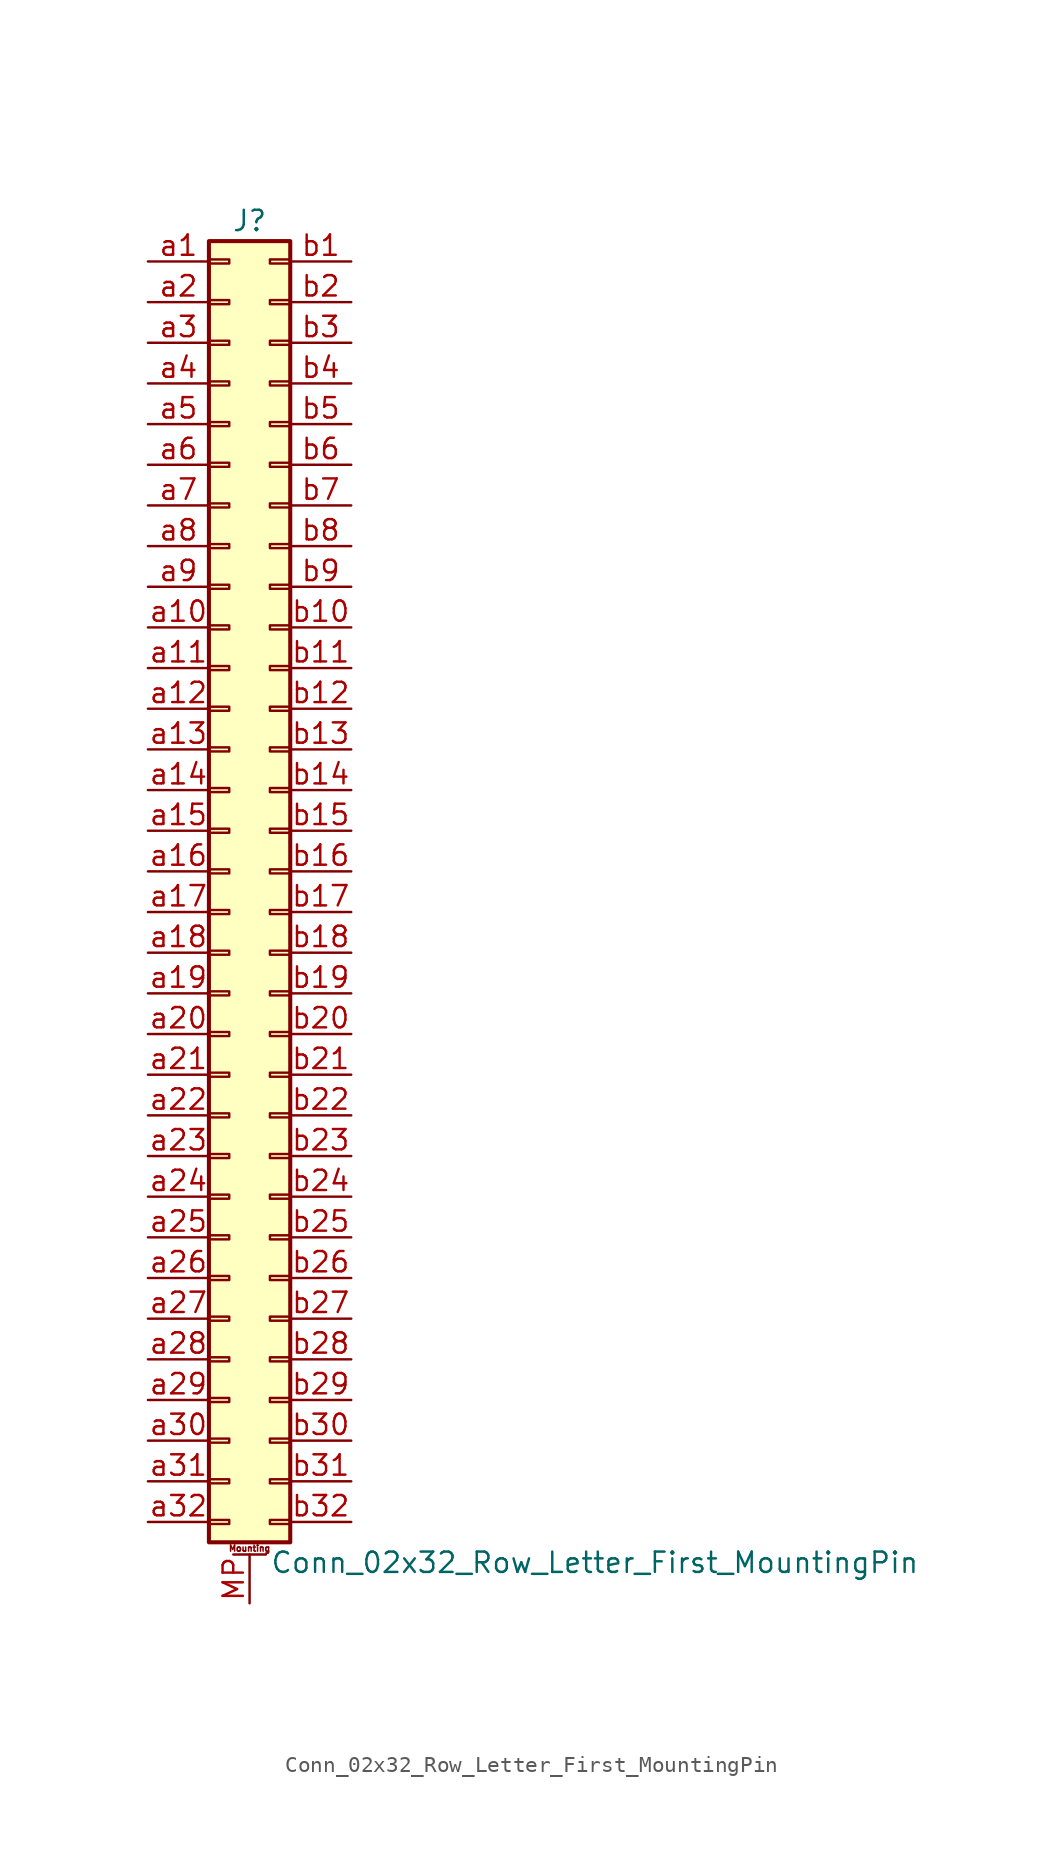
<source format=kicad_sym>
(kicad_symbol_lib
  (version 20220914)
  (generator kicad_symbol_editor)
  (symbol "Conn_02x32_Row_Letter_First_MountingPin"
    (pin_names
      (offset 1.016) hide)
    (property "Reference" "J"
      (at 1.27 40.64 0)
      (effects (font (size 1.27 1.27))))
    (property "Value" "Conn_02x32_Row_Letter_First_MountingPin"
      (at 2.54 -43.18 0)
      (effects (font (size 1.27 1.27)) (justify left)))
    (symbol "Conn_02x32_Row_Letter_First_MountingPin_1_1"
      (rectangle (start -1.27 -40.513) (end 0 -40.767) (stroke (width 0.152) (type default)) (fill (type none)))
      (rectangle (start -1.27 -37.973) (end 0 -38.227) (stroke (width 0.152) (type default)) (fill (type none)))
      (rectangle (start -1.27 -35.433) (end 0 -35.687) (stroke (width 0.152) (type default)) (fill (type none)))
      (rectangle (start -1.27 -32.893) (end 0 -33.147) (stroke (width 0.152) (type default)) (fill (type none)))
      (rectangle (start -1.27 -30.353) (end 0 -30.607) (stroke (width 0.152) (type default)) (fill (type none)))
      (rectangle (start -1.27 -27.813) (end 0 -28.067) (stroke (width 0.152) (type default)) (fill (type none)))
      (rectangle (start -1.27 -25.273) (end 0 -25.527) (stroke (width 0.152) (type default)) (fill (type none)))
      (rectangle (start -1.27 -22.733) (end 0 -22.987) (stroke (width 0.152) (type default)) (fill (type none)))
      (rectangle (start -1.27 -20.193) (end 0 -20.447) (stroke (width 0.152) (type default)) (fill (type none)))
      (rectangle (start -1.27 -17.653) (end 0 -17.907) (stroke (width 0.152) (type default)) (fill (type none)))
      (rectangle (start -1.27 -15.113) (end 0 -15.367) (stroke (width 0.152) (type default)) (fill (type none)))
      (rectangle (start -1.27 -12.573) (end 0 -12.827) (stroke (width 0.152) (type default)) (fill (type none)))
      (rectangle (start -1.27 -10.033) (end 0 -10.287) (stroke (width 0.152) (type default)) (fill (type none)))
      (rectangle (start -1.27 -7.493) (end 0 -7.747) (stroke (width 0.152) (type default)) (fill (type none)))
      (rectangle (start -1.27 -4.953) (end 0 -5.207) (stroke (width 0.152) (type default)) (fill (type none)))
      (rectangle (start -1.27 -2.413) (end 0 -2.667) (stroke (width 0.152) (type default)) (fill (type none)))
      (rectangle (start -1.27 0.127) (end 0 -0.127) (stroke (width 0.152) (type default)) (fill (type none)))
      (rectangle (start -1.27 2.667) (end 0 2.413) (stroke (width 0.152) (type default)) (fill (type none)))
      (rectangle (start -1.27 5.207) (end 0 4.953) (stroke (width 0.152) (type default)) (fill (type none)))
      (rectangle (start -1.27 7.747) (end 0 7.493) (stroke (width 0.152) (type default)) (fill (type none)))
      (rectangle (start -1.27 10.287) (end 0 10.033) (stroke (width 0.152) (type default)) (fill (type none)))
      (rectangle (start -1.27 12.827) (end 0 12.573) (stroke (width 0.152) (type default)) (fill (type none)))
      (rectangle (start -1.27 15.367) (end 0 15.113) (stroke (width 0.152) (type default)) (fill (type none)))
      (rectangle (start -1.27 17.907) (end 0 17.653) (stroke (width 0.152) (type default)) (fill (type none)))
      (rectangle (start -1.27 20.447) (end 0 20.193) (stroke (width 0.152) (type default)) (fill (type none)))
      (rectangle (start -1.27 22.987) (end 0 22.733) (stroke (width 0.152) (type default)) (fill (type none)))
      (rectangle (start -1.27 25.527) (end 0 25.273) (stroke (width 0.152) (type default)) (fill (type none)))
      (rectangle (start -1.27 28.067) (end 0 27.813) (stroke (width 0.152) (type default)) (fill (type none)))
      (rectangle (start -1.27 30.607) (end 0 30.353) (stroke (width 0.152) (type default)) (fill (type none)))
      (rectangle (start -1.27 33.147) (end 0 32.893) (stroke (width 0.152) (type default)) (fill (type none)))
      (rectangle (start -1.27 35.687) (end 0 35.433) (stroke (width 0.152) (type default)) (fill (type none)))
      (rectangle (start -1.27 38.227) (end 0 37.973) (stroke (width 0.152) (type default)) (fill (type none)))
      (rectangle (start -1.27 39.37) (end 3.81 -41.91) (stroke (width 0.254) (type default)) (fill (type background)))
      (polyline (pts (xy 0.254 -42.672) (xy 2.286 -42.672)) (stroke (width 0.152) (type default)) (fill (type none)))
      (rectangle (start 3.81 -40.513) (end 2.54 -40.767) (stroke (width 0.152) (type default)) (fill (type none)))
      (rectangle (start 3.81 -37.973) (end 2.54 -38.227) (stroke (width 0.152) (type default)) (fill (type none)))
      (rectangle (start 3.81 -35.433) (end 2.54 -35.687) (stroke (width 0.152) (type default)) (fill (type none)))
      (rectangle (start 3.81 -32.893) (end 2.54 -33.147) (stroke (width 0.152) (type default)) (fill (type none)))
      (rectangle (start 3.81 -30.353) (end 2.54 -30.607) (stroke (width 0.152) (type default)) (fill (type none)))
      (rectangle (start 3.81 -27.813) (end 2.54 -28.067) (stroke (width 0.152) (type default)) (fill (type none)))
      (rectangle (start 3.81 -25.273) (end 2.54 -25.527) (stroke (width 0.152) (type default)) (fill (type none)))
      (rectangle (start 3.81 -22.733) (end 2.54 -22.987) (stroke (width 0.152) (type default)) (fill (type none)))
      (rectangle (start 3.81 -20.193) (end 2.54 -20.447) (stroke (width 0.152) (type default)) (fill (type none)))
      (rectangle (start 3.81 -17.653) (end 2.54 -17.907) (stroke (width 0.152) (type default)) (fill (type none)))
      (rectangle (start 3.81 -15.113) (end 2.54 -15.367) (stroke (width 0.152) (type default)) (fill (type none)))
      (rectangle (start 3.81 -12.573) (end 2.54 -12.827) (stroke (width 0.152) (type default)) (fill (type none)))
      (rectangle (start 3.81 -10.033) (end 2.54 -10.287) (stroke (width 0.152) (type default)) (fill (type none)))
      (rectangle (start 3.81 -7.493) (end 2.54 -7.747) (stroke (width 0.152) (type default)) (fill (type none)))
      (rectangle (start 3.81 -4.953) (end 2.54 -5.207) (stroke (width 0.152) (type default)) (fill (type none)))
      (rectangle (start 3.81 -2.413) (end 2.54 -2.667) (stroke (width 0.152) (type default)) (fill (type none)))
      (rectangle (start 3.81 0.127) (end 2.54 -0.127) (stroke (width 0.152) (type default)) (fill (type none)))
      (rectangle (start 3.81 2.667) (end 2.54 2.413) (stroke (width 0.152) (type default)) (fill (type none)))
      (rectangle (start 3.81 5.207) (end 2.54 4.953) (stroke (width 0.152) (type default)) (fill (type none)))
      (rectangle (start 3.81 7.747) (end 2.54 7.493) (stroke (width 0.152) (type default)) (fill (type none)))
      (rectangle (start 3.81 10.287) (end 2.54 10.033) (stroke (width 0.152) (type default)) (fill (type none)))
      (rectangle (start 3.81 12.827) (end 2.54 12.573) (stroke (width 0.152) (type default)) (fill (type none)))
      (rectangle (start 3.81 15.367) (end 2.54 15.113) (stroke (width 0.152) (type default)) (fill (type none)))
      (rectangle (start 3.81 17.907) (end 2.54 17.653) (stroke (width 0.152) (type default)) (fill (type none)))
      (rectangle (start 3.81 20.447) (end 2.54 20.193) (stroke (width 0.152) (type default)) (fill (type none)))
      (rectangle (start 3.81 22.987) (end 2.54 22.733) (stroke (width 0.152) (type default)) (fill (type none)))
      (rectangle (start 3.81 25.527) (end 2.54 25.273) (stroke (width 0.152) (type default)) (fill (type none)))
      (rectangle (start 3.81 28.067) (end 2.54 27.813) (stroke (width 0.152) (type default)) (fill (type none)))
      (rectangle (start 3.81 30.607) (end 2.54 30.353) (stroke (width 0.152) (type default)) (fill (type none)))
      (rectangle (start 3.81 33.147) (end 2.54 32.893) (stroke (width 0.152) (type default)) (fill (type none)))
      (rectangle (start 3.81 35.687) (end 2.54 35.433) (stroke (width 0.152) (type default)) (fill (type none)))
      (rectangle (start 3.81 38.227) (end 2.54 37.973) (stroke (width 0.152) (type default)) (fill (type none)))
      (text "Mounting" (at 1.27 -42.291 0) (effects (font (size 0.381 0.381))))
      (pin passive line (at 1.27 -45.72 90) (length 3.048) (name "MountPin" (effects (font (size 1.27 1.27)))) (number "MP" (effects (font (size 1.27 1.27)))))
      (pin passive line (at -5.08 38.1 0) (length 3.81) (name "Pin_a1" (effects (font (size 1.27 1.27)))) (number "a1" (effects (font (size 1.27 1.27)))))
      (pin passive line (at -5.08 15.24 0) (length 3.81) (name "Pin_a10" (effects (font (size 1.27 1.27)))) (number "a10" (effects (font (size 1.27 1.27)))))
      (pin passive line (at -5.08 12.7 0) (length 3.81) (name "Pin_a11" (effects (font (size 1.27 1.27)))) (number "a11" (effects (font (size 1.27 1.27)))))
      (pin passive line (at -5.08 10.16 0) (length 3.81) (name "Pin_a12" (effects (font (size 1.27 1.27)))) (number "a12" (effects (font (size 1.27 1.27)))))
      (pin passive line (at -5.08 7.62 0) (length 3.81) (name "Pin_a13" (effects (font (size 1.27 1.27)))) (number "a13" (effects (font (size 1.27 1.27)))))
      (pin passive line (at -5.08 5.08 0) (length 3.81) (name "Pin_a14" (effects (font (size 1.27 1.27)))) (number "a14" (effects (font (size 1.27 1.27)))))
      (pin passive line (at -5.08 2.54 0) (length 3.81) (name "Pin_a15" (effects (font (size 1.27 1.27)))) (number "a15" (effects (font (size 1.27 1.27)))))
      (pin passive line (at -5.08 0 0) (length 3.81) (name "Pin_a16" (effects (font (size 1.27 1.27)))) (number "a16" (effects (font (size 1.27 1.27)))))
      (pin passive line (at -5.08 -2.54 0) (length 3.81) (name "Pin_a17" (effects (font (size 1.27 1.27)))) (number "a17" (effects (font (size 1.27 1.27)))))
      (pin passive line (at -5.08 -5.08 0) (length 3.81) (name "Pin_a18" (effects (font (size 1.27 1.27)))) (number "a18" (effects (font (size 1.27 1.27)))))
      (pin passive line (at -5.08 -7.62 0) (length 3.81) (name "Pin_a19" (effects (font (size 1.27 1.27)))) (number "a19" (effects (font (size 1.27 1.27)))))
      (pin passive line (at -5.08 35.56 0) (length 3.81) (name "Pin_a2" (effects (font (size 1.27 1.27)))) (number "a2" (effects (font (size 1.27 1.27)))))
      (pin passive line (at -5.08 -10.16 0) (length 3.81) (name "Pin_a20" (effects (font (size 1.27 1.27)))) (number "a20" (effects (font (size 1.27 1.27)))))
      (pin passive line (at -5.08 -12.7 0) (length 3.81) (name "Pin_a21" (effects (font (size 1.27 1.27)))) (number "a21" (effects (font (size 1.27 1.27)))))
      (pin passive line (at -5.08 -15.24 0) (length 3.81) (name "Pin_a22" (effects (font (size 1.27 1.27)))) (number "a22" (effects (font (size 1.27 1.27)))))
      (pin passive line (at -5.08 -17.78 0) (length 3.81) (name "Pin_a23" (effects (font (size 1.27 1.27)))) (number "a23" (effects (font (size 1.27 1.27)))))
      (pin passive line (at -5.08 -20.32 0) (length 3.81) (name "Pin_a24" (effects (font (size 1.27 1.27)))) (number "a24" (effects (font (size 1.27 1.27)))))
      (pin passive line (at -5.08 -22.86 0) (length 3.81) (name "Pin_a25" (effects (font (size 1.27 1.27)))) (number "a25" (effects (font (size 1.27 1.27)))))
      (pin passive line (at -5.08 -25.4 0) (length 3.81) (name "Pin_a26" (effects (font (size 1.27 1.27)))) (number "a26" (effects (font (size 1.27 1.27)))))
      (pin passive line (at -5.08 -27.94 0) (length 3.81) (name "Pin_a27" (effects (font (size 1.27 1.27)))) (number "a27" (effects (font (size 1.27 1.27)))))
      (pin passive line (at -5.08 -30.48 0) (length 3.81) (name "Pin_a28" (effects (font (size 1.27 1.27)))) (number "a28" (effects (font (size 1.27 1.27)))))
      (pin passive line (at -5.08 -33.02 0) (length 3.81) (name "Pin_a29" (effects (font (size 1.27 1.27)))) (number "a29" (effects (font (size 1.27 1.27)))))
      (pin passive line (at -5.08 33.02 0) (length 3.81) (name "Pin_a3" (effects (font (size 1.27 1.27)))) (number "a3" (effects (font (size 1.27 1.27)))))
      (pin passive line (at -5.08 -35.56 0) (length 3.81) (name "Pin_a30" (effects (font (size 1.27 1.27)))) (number "a30" (effects (font (size 1.27 1.27)))))
      (pin passive line (at -5.08 -38.1 0) (length 3.81) (name "Pin_a31" (effects (font (size 1.27 1.27)))) (number "a31" (effects (font (size 1.27 1.27)))))
      (pin passive line (at -5.08 -40.64 0) (length 3.81) (name "Pin_a32" (effects (font (size 1.27 1.27)))) (number "a32" (effects (font (size 1.27 1.27)))))
      (pin passive line (at -5.08 30.48 0) (length 3.81) (name "Pin_a4" (effects (font (size 1.27 1.27)))) (number "a4" (effects (font (size 1.27 1.27)))))
      (pin passive line (at -5.08 27.94 0) (length 3.81) (name "Pin_a5" (effects (font (size 1.27 1.27)))) (number "a5" (effects (font (size 1.27 1.27)))))
      (pin passive line (at -5.08 25.4 0) (length 3.81) (name "Pin_a6" (effects (font (size 1.27 1.27)))) (number "a6" (effects (font (size 1.27 1.27)))))
      (pin passive line (at -5.08 22.86 0) (length 3.81) (name "Pin_a7" (effects (font (size 1.27 1.27)))) (number "a7" (effects (font (size 1.27 1.27)))))
      (pin passive line (at -5.08 20.32 0) (length 3.81) (name "Pin_a8" (effects (font (size 1.27 1.27)))) (number "a8" (effects (font (size 1.27 1.27)))))
      (pin passive line (at -5.08 17.78 0) (length 3.81) (name "Pin_a9" (effects (font (size 1.27 1.27)))) (number "a9" (effects (font (size 1.27 1.27)))))
      (pin passive line (at 7.62 38.1 180) (length 3.81) (name "Pin_b1" (effects (font (size 1.27 1.27)))) (number "b1" (effects (font (size 1.27 1.27)))))
      (pin passive line (at 7.62 15.24 180) (length 3.81) (name "Pin_b10" (effects (font (size 1.27 1.27)))) (number "b10" (effects (font (size 1.27 1.27)))))
      (pin passive line (at 7.62 12.7 180) (length 3.81) (name "Pin_b11" (effects (font (size 1.27 1.27)))) (number "b11" (effects (font (size 1.27 1.27)))))
      (pin passive line (at 7.62 10.16 180) (length 3.81) (name "Pin_b12" (effects (font (size 1.27 1.27)))) (number "b12" (effects (font (size 1.27 1.27)))))
      (pin passive line (at 7.62 7.62 180) (length 3.81) (name "Pin_b13" (effects (font (size 1.27 1.27)))) (number "b13" (effects (font (size 1.27 1.27)))))
      (pin passive line (at 7.62 5.08 180) (length 3.81) (name "Pin_b14" (effects (font (size 1.27 1.27)))) (number "b14" (effects (font (size 1.27 1.27)))))
      (pin passive line (at 7.62 2.54 180) (length 3.81) (name "Pin_b15" (effects (font (size 1.27 1.27)))) (number "b15" (effects (font (size 1.27 1.27)))))
      (pin passive line (at 7.62 0 180) (length 3.81) (name "Pin_b16" (effects (font (size 1.27 1.27)))) (number "b16" (effects (font (size 1.27 1.27)))))
      (pin passive line (at 7.62 -2.54 180) (length 3.81) (name "Pin_b17" (effects (font (size 1.27 1.27)))) (number "b17" (effects (font (size 1.27 1.27)))))
      (pin passive line (at 7.62 -5.08 180) (length 3.81) (name "Pin_b18" (effects (font (size 1.27 1.27)))) (number "b18" (effects (font (size 1.27 1.27)))))
      (pin passive line (at 7.62 -7.62 180) (length 3.81) (name "Pin_b19" (effects (font (size 1.27 1.27)))) (number "b19" (effects (font (size 1.27 1.27)))))
      (pin passive line (at 7.62 35.56 180) (length 3.81) (name "Pin_b2" (effects (font (size 1.27 1.27)))) (number "b2" (effects (font (size 1.27 1.27)))))
      (pin passive line (at 7.62 -10.16 180) (length 3.81) (name "Pin_b20" (effects (font (size 1.27 1.27)))) (number "b20" (effects (font (size 1.27 1.27)))))
      (pin passive line (at 7.62 -12.7 180) (length 3.81) (name "Pin_b21" (effects (font (size 1.27 1.27)))) (number "b21" (effects (font (size 1.27 1.27)))))
      (pin passive line (at 7.62 -15.24 180) (length 3.81) (name "Pin_b22" (effects (font (size 1.27 1.27)))) (number "b22" (effects (font (size 1.27 1.27)))))
      (pin passive line (at 7.62 -17.78 180) (length 3.81) (name "Pin_b23" (effects (font (size 1.27 1.27)))) (number "b23" (effects (font (size 1.27 1.27)))))
      (pin passive line (at 7.62 -20.32 180) (length 3.81) (name "Pin_b24" (effects (font (size 1.27 1.27)))) (number "b24" (effects (font (size 1.27 1.27)))))
      (pin passive line (at 7.62 -22.86 180) (length 3.81) (name "Pin_b25" (effects (font (size 1.27 1.27)))) (number "b25" (effects (font (size 1.27 1.27)))))
      (pin passive line (at 7.62 -25.4 180) (length 3.81) (name "Pin_b26" (effects (font (size 1.27 1.27)))) (number "b26" (effects (font (size 1.27 1.27)))))
      (pin passive line (at 7.62 -27.94 180) (length 3.81) (name "Pin_b27" (effects (font (size 1.27 1.27)))) (number "b27" (effects (font (size 1.27 1.27)))))
      (pin passive line (at 7.62 -30.48 180) (length 3.81) (name "Pin_b28" (effects (font (size 1.27 1.27)))) (number "b28" (effects (font (size 1.27 1.27)))))
      (pin passive line (at 7.62 -33.02 180) (length 3.81) (name "Pin_b29" (effects (font (size 1.27 1.27)))) (number "b29" (effects (font (size 1.27 1.27)))))
      (pin passive line (at 7.62 33.02 180) (length 3.81) (name "Pin_b3" (effects (font (size 1.27 1.27)))) (number "b3" (effects (font (size 1.27 1.27)))))
      (pin passive line (at 7.62 -35.56 180) (length 3.81) (name "Pin_b30" (effects (font (size 1.27 1.27)))) (number "b30" (effects (font (size 1.27 1.27)))))
      (pin passive line (at 7.62 -38.1 180) (length 3.81) (name "Pin_b31" (effects (font (size 1.27 1.27)))) (number "b31" (effects (font (size 1.27 1.27)))))
      (pin passive line (at 7.62 -40.64 180) (length 3.81) (name "Pin_b32" (effects (font (size 1.27 1.27)))) (number "b32" (effects (font (size 1.27 1.27)))))
      (pin passive line (at 7.62 30.48 180) (length 3.81) (name "Pin_b4" (effects (font (size 1.27 1.27)))) (number "b4" (effects (font (size 1.27 1.27)))))
      (pin passive line (at 7.62 27.94 180) (length 3.81) (name "Pin_b5" (effects (font (size 1.27 1.27)))) (number "b5" (effects (font (size 1.27 1.27)))))
      (pin passive line (at 7.62 25.4 180) (length 3.81) (name "Pin_b6" (effects (font (size 1.27 1.27)))) (number "b6" (effects (font (size 1.27 1.27)))))
      (pin passive line (at 7.62 22.86 180) (length 3.81) (name "Pin_b7" (effects (font (size 1.27 1.27)))) (number "b7" (effects (font (size 1.27 1.27)))))
      (pin passive line (at 7.62 20.32 180) (length 3.81) (name "Pin_b8" (effects (font (size 1.27 1.27)))) (number "b8" (effects (font (size 1.27 1.27)))))
      (pin passive line (at 7.62 17.78 180) (length 3.81) (name "Pin_b9" (effects (font (size 1.27 1.27)))) (number "b9" (effects (font (size 1.27 1.27))))))))
</source>
